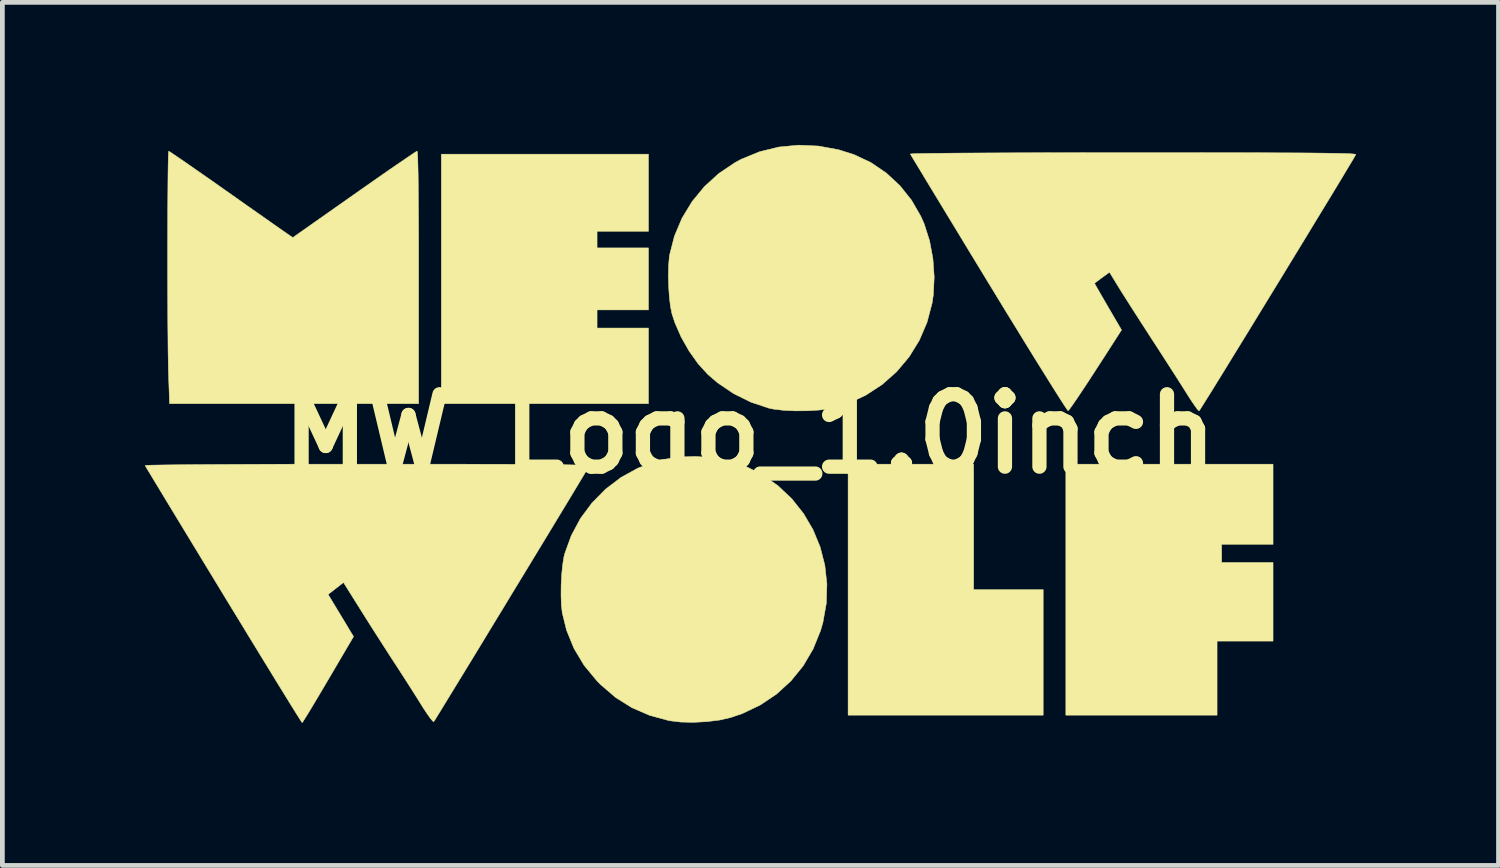
<source format=kicad_pcb>
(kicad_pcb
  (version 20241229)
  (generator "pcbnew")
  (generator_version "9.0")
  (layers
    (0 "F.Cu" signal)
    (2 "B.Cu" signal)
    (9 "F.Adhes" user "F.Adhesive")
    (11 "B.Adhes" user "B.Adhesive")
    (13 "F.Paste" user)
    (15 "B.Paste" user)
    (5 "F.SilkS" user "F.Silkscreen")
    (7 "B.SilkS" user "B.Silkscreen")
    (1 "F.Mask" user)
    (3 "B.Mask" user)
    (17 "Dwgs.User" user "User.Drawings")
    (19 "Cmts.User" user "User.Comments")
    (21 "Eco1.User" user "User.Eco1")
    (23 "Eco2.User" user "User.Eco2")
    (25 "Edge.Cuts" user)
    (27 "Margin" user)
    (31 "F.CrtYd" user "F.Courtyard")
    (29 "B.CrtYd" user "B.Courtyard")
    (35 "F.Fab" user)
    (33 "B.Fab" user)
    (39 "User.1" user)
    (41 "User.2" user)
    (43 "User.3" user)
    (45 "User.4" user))
  (footprint "MW_Logo_1.0inch"
    (layer "F.Cu")
    (at 12.732 6.083)
    (property "Reference" "MW_Logo_1.0inch" (at 0 0 0) (layer "F.SilkS") (effects (font (size 1.524 1.524) (thickness 0.3))))
    (attr through_hole)
    (fp_poly (pts (xy 4.711 3.278) (xy 6.175 3.278) (xy 6.175 5.92) (xy 2.069 5.92) (xy 2.069 0.637) (xy 4.711 0.637) (xy 4.711 3.278)) (stroke (width 0.01) (type solid)) (fill yes) (layer "F.SilkS"))
    (fp_poly (pts (xy 11.013 2.324) (xy 9.931 2.324) (xy 9.931 2.706) (xy 11.013 2.706) (xy 11.013 4.361) (xy 9.835 4.361) (xy 9.835 5.92) (xy 6.652 5.92) (xy 6.652 0.637) (xy 11.013 0.637) (xy 11.013 2.324)) (stroke (width 0.01) (type solid)) (fill yes) (layer "F.SilkS"))
    (fp_poly (pts (xy -2.133 -4.265) (xy -3.215 -4.265) (xy -3.215 -3.915) (xy -2.133 -3.915) (xy -2.133 -2.61) (xy -3.215 -2.61) (xy -3.215 -2.228) (xy -2.133 -2.228) (xy -2.133 -0.637) (xy -6.493 -0.637) (xy -6.493 -5.888) (xy -2.133 -5.888) (xy -2.133 -4.265)) (stroke (width 0.01) (type solid)) (fill yes) (layer "F.SilkS"))
    (fp_poly (pts (xy -0.775 0.502) (xy -0.421 0.57) (xy -0.102 0.675) (xy 0.267 0.861) (xy 0.597 1.094) (xy 0.886 1.368) (xy 1.132 1.678) (xy 1.331 2.017) (xy 1.481 2.381) (xy 1.579 2.764) (xy 1.623 3.159) (xy 1.611 3.562) (xy 1.539 3.967) (xy 1.49 4.138) (xy 1.332 4.528) (xy 1.123 4.883) (xy 0.865 5.2) (xy 0.563 5.476) (xy 0.22 5.706) (xy -0.159 5.887) (xy -0.404 5.97) (xy -0.636 6.023) (xy -0.904 6.056) (xy -1.184 6.071) (xy -1.453 6.065) (xy -1.687 6.037) (xy -1.703 6.034) (xy -2.109 5.924) (xy -2.481 5.763) (xy -2.824 5.548) (xy -3.142 5.275) (xy -3.218 5.197) (xy -3.488 4.871) (xy -3.701 4.515) (xy -3.857 4.133) (xy -3.947 3.768) (xy -3.966 3.605) (xy -3.973 3.402) (xy -3.971 3.179) (xy -3.959 2.954) (xy -3.938 2.747) (xy -3.91 2.577) (xy -3.899 2.53) (xy -3.758 2.141) (xy -3.564 1.779) (xy -3.321 1.452) (xy -3.035 1.162) (xy -2.711 0.916) (xy -2.353 0.719) (xy -1.968 0.575) (xy -1.843 0.542) (xy -1.505 0.487) (xy -1.142 0.474) (xy -0.775 0.502)) (stroke (width 0.01) (type solid)) (fill yes) (layer "F.SilkS"))
    (fp_poly (pts (xy 1.446 -6.059) (xy 1.867 -5.982) (xy 2.193 -5.879) (xy 2.548 -5.712) (xy 2.871 -5.493) (xy 3.159 -5.226) (xy 3.405 -4.918) (xy 3.603 -4.574) (xy 3.671 -4.419) (xy 3.783 -4.068) (xy 3.854 -3.689) (xy 3.881 -3.302) (xy 3.863 -2.927) (xy 3.837 -2.753) (xy 3.73 -2.347) (xy 3.567 -1.968) (xy 3.353 -1.621) (xy 3.091 -1.31) (xy 2.785 -1.039) (xy 2.439 -0.813) (xy 2.056 -0.636) (xy 1.858 -0.568) (xy 1.68 -0.529) (xy 1.458 -0.502) (xy 1.211 -0.487) (xy 0.957 -0.485) (xy 0.716 -0.496) (xy 0.505 -0.521) (xy 0.402 -0.542) (xy 0.024 -0.668) (xy -0.342 -0.849) (xy -0.679 -1.077) (xy -0.885 -1.254) (xy -1.088 -1.477) (xy -1.278 -1.745) (xy -1.445 -2.039) (xy -1.577 -2.34) (xy -1.639 -2.53) (xy -1.67 -2.683) (xy -1.693 -2.879) (xy -1.708 -3.1) (xy -1.714 -3.326) (xy -1.71 -3.538) (xy -1.695 -3.717) (xy -1.688 -3.768) (xy -1.586 -4.165) (xy -1.427 -4.541) (xy -1.215 -4.89) (xy -0.956 -5.205) (xy -0.653 -5.481) (xy -0.311 -5.711) (xy -0.175 -5.784) (xy 0.207 -5.94) (xy 0.61 -6.038) (xy 1.025 -6.078) (xy 1.446 -6.059)) (stroke (width 0.01) (type solid)) (fill yes) (layer "F.SilkS"))
    (fp_poly (pts (xy -6.996 -5.921) (xy -6.99 -5.827) (xy -6.986 -5.672) (xy -6.981 -5.458) (xy -6.978 -5.185) (xy -6.975 -4.856) (xy -6.973 -4.472) (xy -6.971 -4.033) (xy -6.971 -3.543) (xy -6.971 -3.294) (xy -6.971 -0.637) (xy -12.213 -0.637) (xy -12.233 -1.215) (xy -12.238 -1.363) (xy -12.241 -1.557) (xy -12.245 -1.789) (xy -12.247 -2.054) (xy -12.25 -2.346) (xy -12.251 -2.659) (xy -12.253 -2.988) (xy -12.254 -3.326) (xy -12.254 -3.666) (xy -12.254 -4.005) (xy -12.253 -4.334) (xy -12.252 -4.649) (xy -12.25 -4.944) (xy -12.248 -5.212) (xy -12.246 -5.448) (xy -12.243 -5.645) (xy -12.24 -5.799) (xy -12.236 -5.902) (xy -12.232 -5.949) (xy -12.231 -5.951) (xy -12.2 -5.933) (xy -12.124 -5.882) (xy -12.006 -5.802) (xy -11.852 -5.696) (xy -11.668 -5.568) (xy -11.46 -5.423) (xy -11.231 -5.263) (xy -11.077 -5.154) (xy -10.832 -4.982) (xy -10.599 -4.817) (xy -10.382 -4.665) (xy -10.188 -4.529) (xy -10.024 -4.413) (xy -9.895 -4.323) (xy -9.809 -4.263) (xy -9.783 -4.245) (xy -9.62 -4.132) (xy -8.326 -5.042) (xy -8.071 -5.221) (xy -7.832 -5.388) (xy -7.613 -5.541) (xy -7.419 -5.674) (xy -7.256 -5.785) (xy -7.13 -5.871) (xy -7.044 -5.928) (xy -7.004 -5.952) (xy -7.002 -5.952) (xy -6.996 -5.921)) (stroke (width 0.01) (type solid)) (fill yes) (layer "F.SilkS"))
    (fp_poly (pts (xy -7.396 0.637) (xy -6.801 0.637) (xy -6.264 0.637) (xy -5.783 0.638) (xy -5.354 0.639) (xy -4.977 0.64) (xy -4.646 0.642) (xy -4.361 0.644) (xy -4.119 0.646) (xy -3.916 0.649) (xy -3.75 0.652) (xy -3.619 0.655) (xy -3.519 0.659) (xy -3.449 0.664) (xy -3.405 0.669) (xy -3.385 0.674) (xy -3.383 0.677) (xy -3.401 0.71) (xy -3.45 0.792) (xy -3.527 0.92) (xy -3.628 1.088) (xy -3.751 1.293) (xy -3.894 1.529) (xy -4.054 1.793) (xy -4.227 2.079) (xy -4.412 2.384) (xy -4.605 2.702) (xy -4.804 3.029) (xy -5.006 3.361) (xy -5.207 3.693) (xy -5.407 4.02) (xy -5.6 4.339) (xy -5.786 4.644) (xy -5.961 4.931) (xy -6.123 5.196) (xy -6.268 5.433) (xy -6.394 5.639) (xy -6.498 5.809) (xy -6.578 5.939) (xy -6.63 6.023) (xy -6.653 6.058) (xy -6.653 6.058) (xy -6.677 6.042) (xy -6.727 5.981) (xy -6.797 5.883) (xy -6.88 5.756) (xy -6.91 5.708) (xy -7.008 5.551) (xy -7.13 5.359) (xy -7.263 5.151) (xy -7.395 4.946) (xy -7.476 4.822) (xy -7.603 4.627) (xy -7.75 4.397) (xy -7.907 4.153) (xy -8.059 3.913) (xy -8.18 3.72) (xy -8.552 3.127) (xy -8.714 3.253) (xy -8.876 3.379) (xy -8.608 3.822) (xy -8.341 4.266) (xy -8.873 5.171) (xy -9.001 5.388) (xy -9.119 5.586) (xy -9.223 5.76) (xy -9.309 5.902) (xy -9.374 6.006) (xy -9.412 6.066) (xy -9.422 6.078) (xy -9.44 6.052) (xy -9.49 5.974) (xy -9.568 5.85) (xy -9.672 5.683) (xy -9.8 5.475) (xy -9.95 5.232) (xy -10.119 4.956) (xy -10.306 4.651) (xy -10.508 4.321) (xy -10.722 3.969) (xy -10.948 3.6) (xy -11.077 3.388) (xy -11.307 3.009) (xy -11.528 2.646) (xy -11.737 2.302) (xy -11.932 1.981) (xy -12.111 1.686) (xy -12.272 1.421) (xy -12.412 1.189) (xy -12.529 0.996) (xy -12.621 0.843) (xy -12.686 0.736) (xy -12.721 0.676) (xy -12.727 0.666) (xy -12.697 0.662) (xy -12.605 0.658) (xy -12.454 0.655) (xy -12.245 0.652) (xy -11.982 0.649) (xy -11.664 0.646) (xy -11.296 0.644) (xy -10.879 0.642) (xy -10.414 0.64) (xy -9.905 0.638) (xy -9.353 0.637) (xy -8.76 0.637) (xy -8.128 0.637) (xy -8.052 0.637) (xy -7.396 0.637)) (stroke (width 0.01) (type solid)) (fill yes) (layer "F.SilkS"))
    (fp_poly (pts (xy 8.731 -5.92) (xy 9.33 -5.92) (xy 9.872 -5.919) (xy 10.357 -5.919) (xy 10.789 -5.918) (xy 11.17 -5.916) (xy 11.503 -5.915) (xy 11.791 -5.913) (xy 12.035 -5.91) (xy 12.239 -5.907) (xy 12.405 -5.904) (xy 12.535 -5.901) (xy 12.633 -5.897) (xy 12.7 -5.892) (xy 12.74 -5.887) (xy 12.755 -5.882) (xy 12.755 -5.881) (xy 12.734 -5.843) (xy 12.684 -5.757) (xy 12.605 -5.626) (xy 12.503 -5.455) (xy 12.378 -5.248) (xy 12.234 -5.01) (xy 12.073 -4.746) (xy 11.898 -4.459) (xy 11.713 -4.154) (xy 11.519 -3.836) (xy 11.319 -3.509) (xy 11.117 -3.177) (xy 10.914 -2.846) (xy 10.714 -2.519) (xy 10.52 -2.201) (xy 10.333 -1.897) (xy 10.157 -1.611) (xy 9.995 -1.347) (xy 9.849 -1.11) (xy 9.722 -0.904) (xy 9.616 -0.735) (xy 9.535 -0.605) (xy 9.481 -0.52) (xy 9.457 -0.485) (xy 9.457 -0.484) (xy 9.431 -0.506) (xy 9.38 -0.573) (xy 9.309 -0.676) (xy 9.225 -0.805) (xy 9.197 -0.85) (xy 9.115 -0.98) (xy 9.006 -1.152) (xy 8.877 -1.353) (xy 8.736 -1.572) (xy 8.591 -1.797) (xy 8.466 -1.989) (xy 8.326 -2.206) (xy 8.185 -2.424) (xy 8.052 -2.632) (xy 7.933 -2.819) (xy 7.835 -2.973) (xy 7.77 -3.078) (xy 7.571 -3.403) (xy 7.414 -3.29) (xy 7.332 -3.229) (xy 7.275 -3.185) (xy 7.257 -3.168) (xy 7.272 -3.139) (xy 7.315 -3.064) (xy 7.379 -2.952) (xy 7.46 -2.812) (xy 7.54 -2.674) (xy 7.824 -2.188) (xy 7.669 -1.946) (xy 7.472 -1.639) (xy 7.291 -1.36) (xy 7.131 -1.113) (xy 6.992 -0.903) (xy 6.877 -0.731) (xy 6.788 -0.602) (xy 6.729 -0.52) (xy 6.701 -0.488) (xy 6.7 -0.488) (xy 6.679 -0.513) (xy 6.628 -0.589) (xy 6.548 -0.712) (xy 6.442 -0.879) (xy 6.313 -1.085) (xy 6.161 -1.328) (xy 5.99 -1.603) (xy 5.802 -1.907) (xy 5.6 -2.237) (xy 5.384 -2.588) (xy 5.159 -2.957) (xy 5.029 -3.17) (xy 4.799 -3.548) (xy 4.578 -3.911) (xy 4.369 -4.256) (xy 4.174 -4.577) (xy 3.995 -4.872) (xy 3.834 -5.137) (xy 3.694 -5.368) (xy 3.577 -5.562) (xy 3.485 -5.714) (xy 3.42 -5.822) (xy 3.385 -5.881) (xy 3.379 -5.891) (xy 3.409 -5.895) (xy 3.5 -5.899) (xy 3.65 -5.902) (xy 3.856 -5.905) (xy 4.115 -5.908) (xy 4.425 -5.911) (xy 4.784 -5.913) (xy 5.189 -5.915) (xy 5.636 -5.917) (xy 6.125 -5.918) (xy 6.652 -5.919) (xy 7.215 -5.92) (xy 7.811 -5.92) (xy 8.07 -5.92) (xy 8.731 -5.92)) (stroke (width 0.01) (type solid)) (fill yes) (layer "F.SilkS")))
  (gr_rect
    (start -3 -3)
    (end 28.491 15.166)
    (stroke (width 0.1) (type default))
    (fill no)
    (layer "Edge.Cuts")))
</source>
